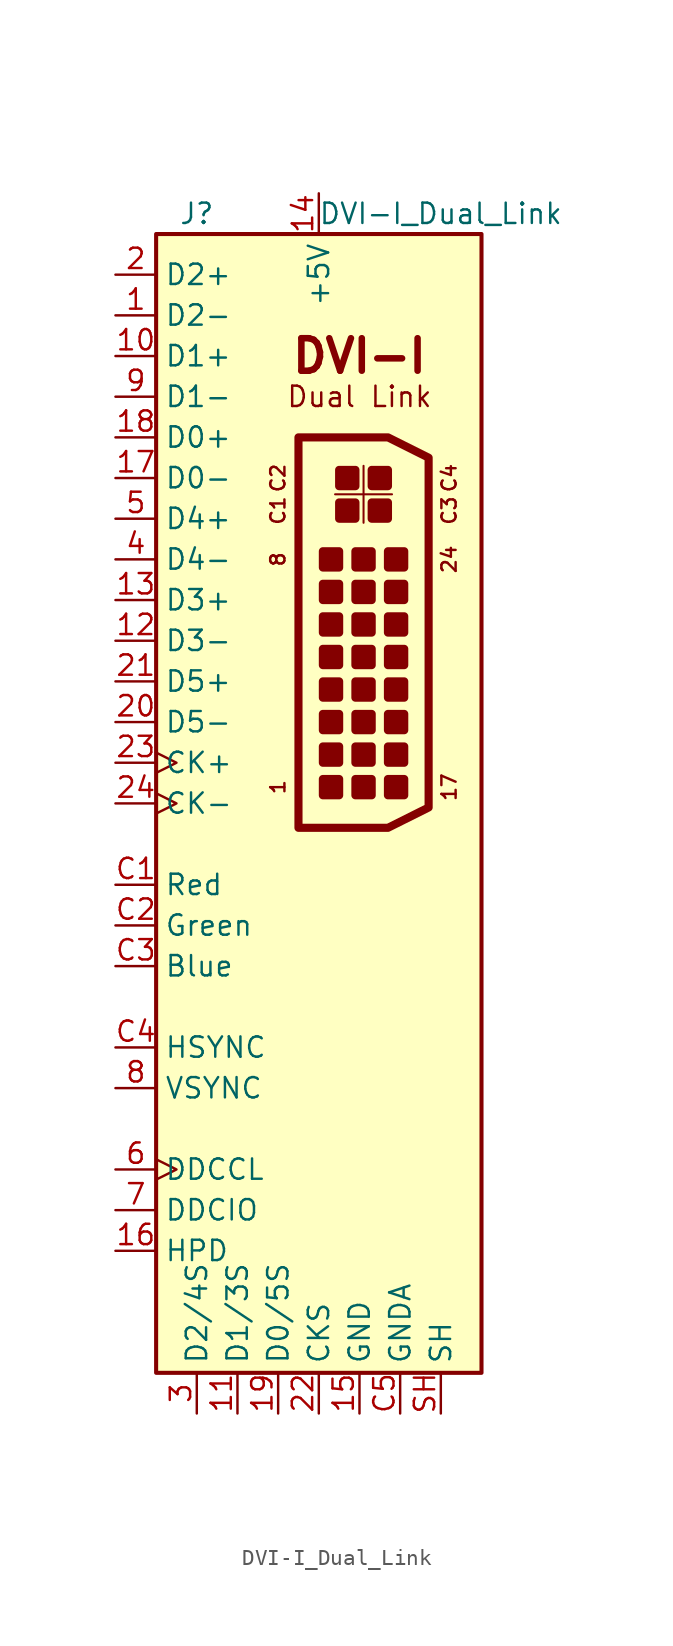
<source format=kicad_sym>
(kicad_symbol_lib
  (version 20241209)
  (generator "kicad_symbol_editor")
  (generator_version "9.0")
  (symbol "DVI-I_Dual_Link"
    (property "Reference" "J"
      (at -7.62 36.83 0)
      (effects (font (size 1.27 1.27))))
    (property "Value" "DVI-I_Dual_Link"
      (at 7.62 36.83 0)
      (effects (font (size 1.27 1.27))))
    (symbol "DVI-I_Dual_Link_0_0"
      (polyline (pts (xy -1.27 22.86) (xy 4.318 22.86) (xy 6.858 21.59) (xy 6.858 -0.254) (xy 4.318 -1.524) (xy -1.27 -1.524) (xy -1.27 22.86)) (stroke (width 0.508) (type solid)) (fill (type none)))
      (text "DVI-I" (at 2.54 27.94 0) (effects (font (size 2.032 2.032) (bold yes))))
      (text "Dual Link" (at 2.54 25.4 0) (effects (font (size 1.27 1.27)))))
    (symbol "DVI-I_Dual_Link_0_1"
      (rectangle (start -10.16 35.56) (end 10.16 -35.56) (stroke (width 0.254) (type solid)) (fill (type background))))
    (symbol "DVI-I_Dual_Link_1_1"
      (rectangle (start 0.254 15.748) (end 1.27 14.732) (stroke (width 0.508) (type solid)) (fill (type outline)))
      (rectangle (start 0.254 13.716) (end 1.27 12.7) (stroke (width 0.508) (type solid)) (fill (type outline)))
      (rectangle (start 0.254 11.684) (end 1.27 10.668) (stroke (width 0.508) (type solid)) (fill (type outline)))
      (rectangle (start 0.254 9.652) (end 1.27 8.636) (stroke (width 0.508) (type solid)) (fill (type outline)))
      (rectangle (start 0.254 7.62) (end 1.27 6.604) (stroke (width 0.508) (type solid)) (fill (type outline)))
      (rectangle (start 0.254 5.588) (end 1.27 4.572) (stroke (width 0.508) (type solid)) (fill (type outline)))
      (rectangle (start 0.254 3.556) (end 1.27 2.54) (stroke (width 0.508) (type solid)) (fill (type outline)))
      (rectangle (start 0.254 1.524) (end 1.27 0.508) (stroke (width 0.508) (type solid)) (fill (type outline)))
      (polyline (pts (xy 1.016 19.304) (xy 4.572 19.304)) (stroke (width 0.127) (type solid)) (fill (type none)))
      (rectangle (start 1.27 20.828) (end 2.286 19.812) (stroke (width 0.508) (type solid)) (fill (type outline)))
      (rectangle (start 1.27 18.796) (end 2.286 17.78) (stroke (width 0.508) (type solid)) (fill (type outline)))
      (rectangle (start 2.286 15.748) (end 3.302 14.732) (stroke (width 0.508) (type solid)) (fill (type outline)))
      (rectangle (start 2.286 13.716) (end 3.302 12.7) (stroke (width 0.508) (type solid)) (fill (type outline)))
      (rectangle (start 2.286 11.684) (end 3.302 10.668) (stroke (width 0.508) (type solid)) (fill (type outline)))
      (rectangle (start 2.286 9.652) (end 3.302 8.636) (stroke (width 0.508) (type solid)) (fill (type outline)))
      (rectangle (start 2.286 7.62) (end 3.302 6.604) (stroke (width 0.508) (type solid)) (fill (type outline)))
      (rectangle (start 2.286 5.588) (end 3.302 4.572) (stroke (width 0.508) (type solid)) (fill (type outline)))
      (rectangle (start 2.286 3.556) (end 3.302 2.54) (stroke (width 0.508) (type solid)) (fill (type outline)))
      (rectangle (start 2.286 1.524) (end 3.302 0.508) (stroke (width 0.508) (type solid)) (fill (type outline)))
      (polyline (pts (xy 2.794 21.082) (xy 2.794 17.526)) (stroke (width 0.127) (type solid)) (fill (type none)))
      (rectangle (start 3.302 20.828) (end 4.318 19.812) (stroke (width 0.508) (type solid)) (fill (type outline)))
      (rectangle (start 3.302 18.796) (end 4.318 17.78) (stroke (width 0.508) (type solid)) (fill (type outline)))
      (rectangle (start 4.318 15.748) (end 5.334 14.732) (stroke (width 0.508) (type solid)) (fill (type outline)))
      (rectangle (start 4.318 13.716) (end 5.334 12.7) (stroke (width 0.508) (type solid)) (fill (type outline)))
      (rectangle (start 4.318 11.684) (end 5.334 10.668) (stroke (width 0.508) (type solid)) (fill (type outline)))
      (rectangle (start 4.318 9.652) (end 5.334 8.636) (stroke (width 0.508) (type solid)) (fill (type outline)))
      (rectangle (start 4.318 7.62) (end 5.334 6.604) (stroke (width 0.508) (type solid)) (fill (type outline)))
      (rectangle (start 4.318 5.588) (end 5.334 4.572) (stroke (width 0.508) (type solid)) (fill (type outline)))
      (rectangle (start 4.318 3.556) (end 5.334 2.54) (stroke (width 0.508) (type solid)) (fill (type outline)))
      (rectangle (start 4.318 1.524) (end 5.334 0.508) (stroke (width 0.508) (type solid)) (fill (type outline)))
      (text "C2" (at -2.032 20.32 900) (effects (font (size 0.889 0.889)) (justify bottom)))
      (text "C1" (at -2.032 18.288 900) (effects (font (size 0.889 0.889)) (justify bottom)))
      (text "8" (at -2.032 15.24 900) (effects (font (size 0.889 0.889)) (justify bottom)))
      (text "1" (at -2.032 1.016 900) (effects (font (size 0.889 0.889)) (justify bottom)))
      (text "C4" (at 7.62 20.32 900) (effects (font (size 0.889 0.889)) (justify top)))
      (text "C3" (at 7.62 18.288 900) (effects (font (size 0.889 0.889)) (justify top)))
      (text "24" (at 7.62 15.24 900) (effects (font (size 0.889 0.889)) (justify top)))
      (text "17" (at 7.62 1.016 900) (effects (font (size 0.889 0.889)) (justify top)))
      (pin passive line (at -12.7 33.02 0) (length 2.54) (name "D2+" (effects (font (size 1.27 1.27)))) (number "2" (effects (font (size 1.27 1.27)))))
      (pin passive line (at -12.7 30.48 0) (length 2.54) (name "D2-" (effects (font (size 1.27 1.27)))) (number "1" (effects (font (size 1.27 1.27)))))
      (pin passive line (at -12.7 27.94 0) (length 2.54) (name "D1+" (effects (font (size 1.27 1.27)))) (number "10" (effects (font (size 1.27 1.27)))))
      (pin passive line (at -12.7 25.4 0) (length 2.54) (name "D1-" (effects (font (size 1.27 1.27)))) (number "9" (effects (font (size 1.27 1.27)))))
      (pin passive line (at -12.7 22.86 0) (length 2.54) (name "D0+" (effects (font (size 1.27 1.27)))) (number "18" (effects (font (size 1.27 1.27)))))
      (pin passive line (at -12.7 20.32 0) (length 2.54) (name "D0-" (effects (font (size 1.27 1.27)))) (number "17" (effects (font (size 1.27 1.27)))))
      (pin passive line (at -12.7 17.78 0) (length 2.54) (name "D4+" (effects (font (size 1.27 1.27)))) (number "5" (effects (font (size 1.27 1.27)))))
      (pin passive line (at -12.7 15.24 0) (length 2.54) (name "D4-" (effects (font (size 1.27 1.27)))) (number "4" (effects (font (size 1.27 1.27)))))
      (pin passive line (at -12.7 12.7 0) (length 2.54) (name "D3+" (effects (font (size 1.27 1.27)))) (number "13" (effects (font (size 1.27 1.27)))))
      (pin passive line (at -12.7 10.16 0) (length 2.54) (name "D3-" (effects (font (size 1.27 1.27)))) (number "12" (effects (font (size 1.27 1.27)))))
      (pin passive line (at -12.7 7.62 0) (length 2.54) (name "D5+" (effects (font (size 1.27 1.27)))) (number "21" (effects (font (size 1.27 1.27)))))
      (pin passive line (at -12.7 5.08 0) (length 2.54) (name "D5-" (effects (font (size 1.27 1.27)))) (number "20" (effects (font (size 1.27 1.27)))))
      (pin passive clock (at -12.7 2.54 0) (length 2.54) (name "CK+" (effects (font (size 1.27 1.27)))) (number "23" (effects (font (size 1.27 1.27)))))
      (pin passive clock (at -12.7 0 0) (length 2.54) (name "CK-" (effects (font (size 1.27 1.27)))) (number "24" (effects (font (size 1.27 1.27)))))
      (pin passive line (at -12.7 -5.08 0) (length 2.54) (name "Red" (effects (font (size 1.27 1.27)))) (number "C1" (effects (font (size 1.27 1.27)))))
      (pin passive line (at -12.7 -7.62 0) (length 2.54) (name "Green" (effects (font (size 1.27 1.27)))) (number "C2" (effects (font (size 1.27 1.27)))))
      (pin passive line (at -12.7 -10.16 0) (length 2.54) (name "Blue" (effects (font (size 1.27 1.27)))) (number "C3" (effects (font (size 1.27 1.27)))))
      (pin passive line (at -12.7 -15.24 0) (length 2.54) (name "HSYNC" (effects (font (size 1.27 1.27)))) (number "C4" (effects (font (size 1.27 1.27)))))
      (pin passive line (at -12.7 -17.78 0) (length 2.54) (name "VSYNC" (effects (font (size 1.27 1.27)))) (number "8" (effects (font (size 1.27 1.27)))))
      (pin passive clock (at -12.7 -22.86 0) (length 2.54) (name "DDCCL" (effects (font (size 1.27 1.27)))) (number "6" (effects (font (size 1.27 1.27)))))
      (pin bidirectional line (at -12.7 -25.4 0) (length 2.54) (name "DDCIO" (effects (font (size 1.27 1.27)))) (number "7" (effects (font (size 1.27 1.27)))))
      (pin passive line (at -12.7 -27.94 0) (length 2.54) (name "HPD" (effects (font (size 1.27 1.27)))) (number "16" (effects (font (size 1.27 1.27)))))
      (pin passive line (at -7.62 -38.1 90) (length 2.54) (name "D2/4S" (effects (font (size 1.27 1.27)))) (number "3" (effects (font (size 1.27 1.27)))))
      (pin passive line (at -5.08 -38.1 90) (length 2.54) (name "D1/3S" (effects (font (size 1.27 1.27)))) (number "11" (effects (font (size 1.27 1.27)))))
      (pin passive line (at -2.54 -38.1 90) (length 2.54) (name "D0/5S" (effects (font (size 1.27 1.27)))) (number "19" (effects (font (size 1.27 1.27)))))
      (pin power_in line (at 0 38.1 270) (length 2.54) (name "+5V" (effects (font (size 1.27 1.27)))) (number "14" (effects (font (size 1.27 1.27)))))
      (pin passive line (at 0 -38.1 90) (length 2.54) (name "CKS" (effects (font (size 1.27 1.27)))) (number "22" (effects (font (size 1.27 1.27)))))
      (pin power_in line (at 2.54 -38.1 90) (length 2.54) (name "GND" (effects (font (size 1.27 1.27)))) (number "15" (effects (font (size 1.27 1.27)))))
      (pin power_in line (at 5.08 -38.1 90) (length 2.54) (name "GNDA" (effects (font (size 1.27 1.27)))) (number "C5" (effects (font (size 1.27 1.27)))))
      (pin passive line (at 7.62 -38.1 90) (length 2.54) (name "SH" (effects (font (size 1.27 1.27)))) (number "SH" (effects (font (size 1.27 1.27))))))))
</source>
